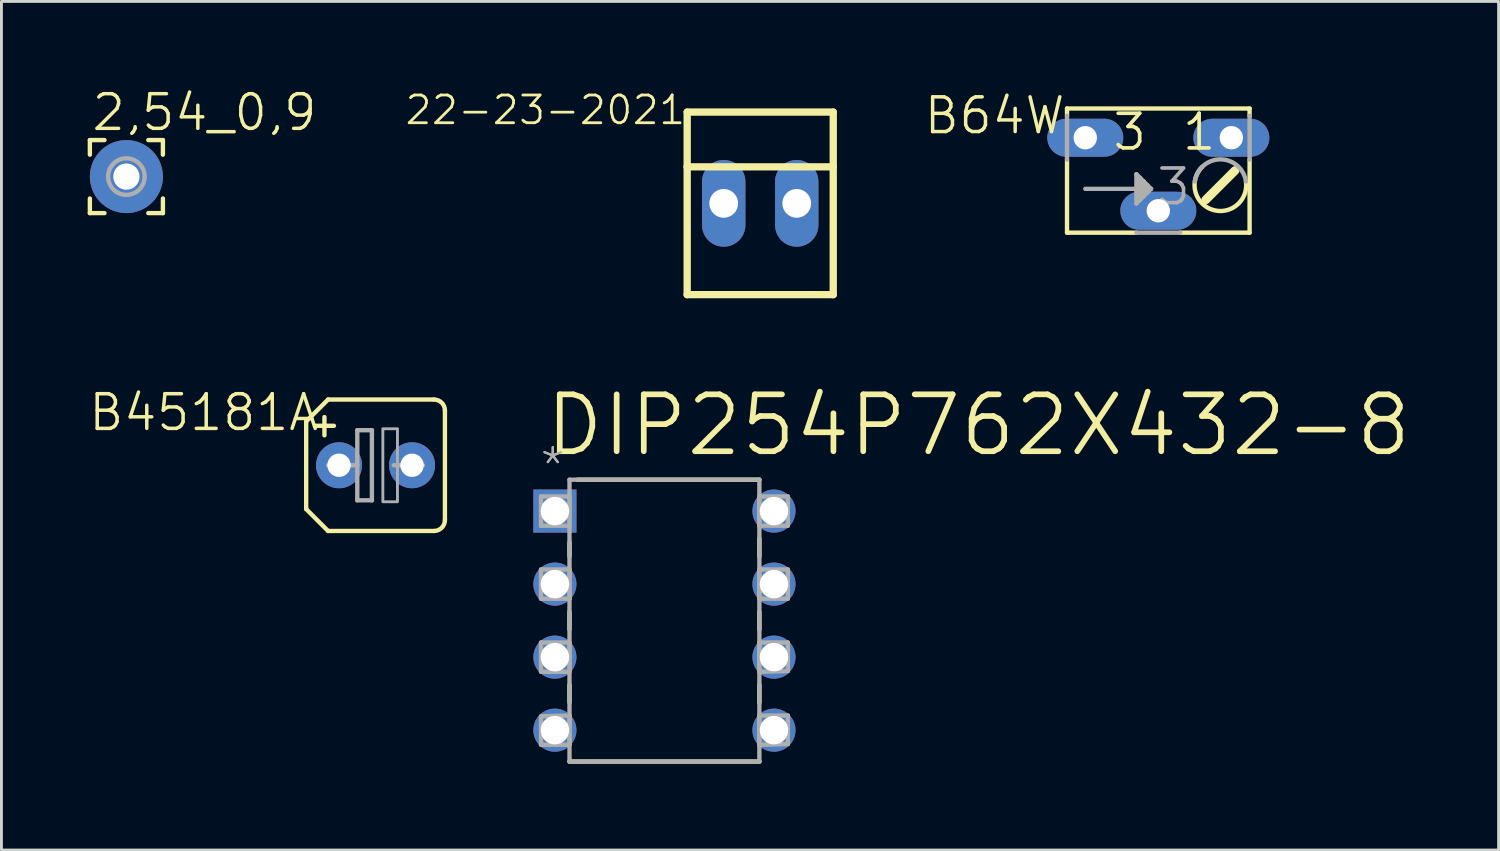
<source format=kicad_pcb>
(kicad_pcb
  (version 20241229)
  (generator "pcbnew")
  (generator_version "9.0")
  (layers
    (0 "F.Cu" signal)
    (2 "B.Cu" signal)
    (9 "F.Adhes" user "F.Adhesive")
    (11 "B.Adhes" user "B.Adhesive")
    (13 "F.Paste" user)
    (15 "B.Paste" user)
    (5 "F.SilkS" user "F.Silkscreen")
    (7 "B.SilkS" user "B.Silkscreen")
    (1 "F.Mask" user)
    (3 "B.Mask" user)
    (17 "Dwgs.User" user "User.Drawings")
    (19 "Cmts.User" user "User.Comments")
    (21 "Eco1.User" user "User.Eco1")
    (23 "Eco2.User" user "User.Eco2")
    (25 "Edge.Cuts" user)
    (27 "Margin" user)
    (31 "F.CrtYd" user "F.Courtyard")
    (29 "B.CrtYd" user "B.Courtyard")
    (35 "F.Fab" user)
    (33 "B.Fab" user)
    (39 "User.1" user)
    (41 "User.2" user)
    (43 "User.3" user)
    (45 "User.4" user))
  (footprint "DIP254P762X432-8"
    (layer "F.Cu")
    (at 23.87 22.346)
    (property "Reference" "DIP254P762X432-8" (at -8.052 -9.449 0) (layer "F.SilkS") (effects (font (size 1.979 1.979) (thickness 0.198)) (justify left bottom)))
    (attr through_hole)
    (fp_line (start -7.112 -6.528) (end -7.112 -6.045) (stroke (width 0.152) (type solid)) (layer "F.SilkS"))
    (fp_line (start -7.112 -4.115) (end -7.112 -3.505) (stroke (width 0.152) (type solid)) (layer "F.SilkS"))
    (fp_line (start -7.112 -1.575) (end -7.112 -0.965) (stroke (width 0.152) (type solid)) (layer "F.SilkS"))
    (fp_line (start -7.112 1.092) (end -0.508 1.092) (stroke (width 0.152) (type solid)) (layer "F.SilkS"))
    (fp_line (start -0.508 -8.712) (end -6.833 -8.712) (stroke (width 0.152) (type solid)) (layer "F.SilkS"))
    (fp_line (start -0.508 -6.045) (end -0.508 -6.655) (stroke (width 0.152) (type solid)) (layer "F.SilkS"))
    (fp_line (start -0.508 -3.505) (end -0.508 -4.115) (stroke (width 0.152) (type solid)) (layer "F.SilkS"))
    (fp_line (start -0.508 -0.965) (end -0.508 -1.575) (stroke (width 0.152) (type solid)) (layer "F.SilkS"))
    (fp_line (start -8.103 -8.128) (end -8.103 -7.112) (stroke (width 0.152) (type solid)) (layer "F.Fab"))
    (fp_line (start -8.103 -7.112) (end -7.112 -7.112) (stroke (width 0.152) (type solid)) (layer "F.Fab"))
    (fp_line (start -8.103 -5.588) (end -8.103 -4.572) (stroke (width 0.152) (type solid)) (layer "F.Fab"))
    (fp_line (start -8.103 -4.572) (end -7.112 -4.572) (stroke (width 0.152) (type solid)) (layer "F.Fab"))
    (fp_line (start -8.103 -3.048) (end -8.103 -2.032) (stroke (width 0.152) (type solid)) (layer "F.Fab"))
    (fp_line (start -8.103 -2.032) (end -7.112 -2.032) (stroke (width 0.152) (type solid)) (layer "F.Fab"))
    (fp_line (start -8.103 -0.483) (end -8.103 0.508) (stroke (width 0.152) (type solid)) (layer "F.Fab"))
    (fp_line (start -8.103 0.508) (end -7.112 0.508) (stroke (width 0.152) (type solid)) (layer "F.Fab"))
    (fp_line (start -7.112 -8.712) (end -7.112 1.092) (stroke (width 0.152) (type solid)) (layer "F.Fab"))
    (fp_line (start -7.112 -8.128) (end -8.103 -8.128) (stroke (width 0.152) (type solid)) (layer "F.Fab"))
    (fp_line (start -7.112 -7.112) (end -7.112 -8.128) (stroke (width 0.152) (type solid)) (layer "F.Fab"))
    (fp_line (start -7.112 -5.588) (end -8.103 -5.588) (stroke (width 0.152) (type solid)) (layer "F.Fab"))
    (fp_line (start -7.112 -4.572) (end -7.112 -5.588) (stroke (width 0.152) (type solid)) (layer "F.Fab"))
    (fp_line (start -7.112 -3.048) (end -8.103 -3.048) (stroke (width 0.152) (type solid)) (layer "F.Fab"))
    (fp_line (start -7.112 -2.032) (end -7.112 -3.048) (stroke (width 0.152) (type solid)) (layer "F.Fab"))
    (fp_line (start -7.112 -0.508) (end -8.103 -0.483) (stroke (width 0.152) (type solid)) (layer "F.Fab"))
    (fp_line (start -7.112 0.508) (end -7.112 -0.508) (stroke (width 0.152) (type solid)) (layer "F.Fab"))
    (fp_line (start -7.112 1.092) (end -0.508 1.092) (stroke (width 0.152) (type solid)) (layer "F.Fab"))
    (fp_line (start -0.508 -8.712) (end -7.112 -8.712) (stroke (width 0.152) (type solid)) (layer "F.Fab"))
    (fp_line (start -0.508 -8.128) (end -0.508 -7.112) (stroke (width 0.152) (type solid)) (layer "F.Fab"))
    (fp_line (start -0.508 -7.112) (end 0.483 -7.112) (stroke (width 0.152) (type solid)) (layer "F.Fab"))
    (fp_line (start -0.508 -5.588) (end -0.508 -4.572) (stroke (width 0.152) (type solid)) (layer "F.Fab"))
    (fp_line (start -0.508 -4.572) (end 0.483 -4.572) (stroke (width 0.152) (type solid)) (layer "F.Fab"))
    (fp_line (start -0.508 -3.048) (end -0.508 -2.032) (stroke (width 0.152) (type solid)) (layer "F.Fab"))
    (fp_line (start -0.508 -2.032) (end 0.483 -2.057) (stroke (width 0.152) (type solid)) (layer "F.Fab"))
    (fp_line (start -0.508 -0.508) (end -0.508 0.508) (stroke (width 0.152) (type solid)) (layer "F.Fab"))
    (fp_line (start -0.508 0.508) (end 0.483 0.483) (stroke (width 0.152) (type solid)) (layer "F.Fab"))
    (fp_line (start -0.508 1.092) (end -0.508 -8.712) (stroke (width 0.152) (type solid)) (layer "F.Fab"))
    (fp_line (start 0.483 -8.128) (end -0.508 -8.128) (stroke (width 0.152) (type solid)) (layer "F.Fab"))
    (fp_line (start 0.483 -7.112) (end 0.483 -8.128) (stroke (width 0.152) (type solid)) (layer "F.Fab"))
    (fp_line (start 0.483 -5.588) (end -0.508 -5.588) (stroke (width 0.152) (type solid)) (layer "F.Fab"))
    (fp_line (start 0.483 -4.572) (end 0.483 -5.588) (stroke (width 0.152) (type solid)) (layer "F.Fab"))
    (fp_line (start 0.483 -3.048) (end -0.508 -3.048) (stroke (width 0.152) (type solid)) (layer "F.Fab"))
    (fp_line (start 0.483 -2.057) (end 0.483 -3.048) (stroke (width 0.152) (type solid)) (layer "F.Fab"))
    (fp_line (start 0.483 -0.508) (end -0.508 -0.508) (stroke (width 0.152) (type solid)) (layer "F.Fab"))
    (fp_line (start 0.483 0.483) (end 0.483 -0.508) (stroke (width 0.152) (type solid)) (layer "F.Fab"))
    (fp_text user "*" (at -8.204 -8.484 0) (layer "F.SilkS") (effects (font (size 1.206 1.206) (thickness 0.076)) (justify left bottom)))
    (fp_text user "*" (at -8.204 -8.484 0) (layer "F.Fab") (effects (font (size 1.206 1.206) (thickness 0.076)) (justify left bottom)))
    (pad "1" thru_hole rect (at -7.62 -7.62) (size 1.499 1.499) (drill 0.991) (layers "*.Cu" "*.Mask"))
    (pad "2" thru_hole circle (at -7.62 -5.08) (size 1.499 1.499) (drill 0.991) (layers "*.Cu" "*.Mask"))
    (pad "3" thru_hole circle (at -7.62 -2.54) (size 1.499 1.499) (drill 0.991) (layers "*.Cu" "*.Mask"))
    (pad "4" thru_hole circle (at -7.62 0) (size 1.499 1.499) (drill 0.991) (layers "*.Cu" "*.Mask"))
    (pad "5" thru_hole circle (at 0 0) (size 1.499 1.499) (drill 0.991) (layers "*.Cu" "*.Mask"))
    (pad "6" thru_hole circle (at 0 -2.54) (size 1.499 1.499) (drill 0.991) (layers "*.Cu" "*.Mask"))
    (pad "7" thru_hole circle (at 0 -5.08) (size 1.499 1.499) (drill 0.991) (layers "*.Cu" "*.Mask"))
    (pad "8" thru_hole circle (at 0 -7.62) (size 1.499 1.499) (drill 0.991) (layers "*.Cu" "*.Mask")))
  (footprint "2,54_0,9"
    (layer "F.Cu")
    (at 1.346 3.092)
    (property "Reference" "2,54_0,9" (at -1.27 -1.524 0) (layer "F.SilkS") (effects (font (size 1.206 1.206) (thickness 0.121)) (justify left bottom)))
    (attr through_hole)
    (fp_line (start -1.27 -1.27) (end -1.27 -0.762) (stroke (width 0.152) (type solid)) (layer "F.SilkS"))
    (fp_line (start -1.27 -1.27) (end -0.762 -1.27) (stroke (width 0.152) (type solid)) (layer "F.SilkS"))
    (fp_line (start -1.27 1.27) (end -1.27 0.762) (stroke (width 0.152) (type solid)) (layer "F.SilkS"))
    (fp_line (start -0.762 1.27) (end -1.27 1.27) (stroke (width 0.152) (type solid)) (layer "F.SilkS"))
    (fp_line (start 1.27 -1.27) (end 0.762 -1.27) (stroke (width 0.152) (type solid)) (layer "F.SilkS"))
    (fp_line (start 1.27 -1.27) (end 1.27 -0.762) (stroke (width 0.152) (type solid)) (layer "F.SilkS"))
    (fp_line (start 1.27 0.762) (end 1.27 1.27) (stroke (width 0.152) (type solid)) (layer "F.SilkS"))
    (fp_line (start 1.27 1.27) (end 0.762 1.27) (stroke (width 0.152) (type solid)) (layer "F.SilkS"))
    (fp_circle (center 0 0) (end 0.635 0) (stroke (width 0.152) (type solid)) (fill no) (layer "F.Fab"))
    (pad "1" thru_hole circle (at 0 0) (size 2.54 2.54) (drill 0.914) (layers "*.Cu" "*.Mask")))
  (footprint "B45181A"
    (layer "F.Cu")
    (at 10.012 13.132)
    (property "Reference" "B45181A" (at -1.905 -2.54 180) (layer "F.SilkS") (effects (font (size 1.206 1.206) (thickness 0.121)) (justify right top)))
    (attr through_hole)
    (fp_line (start -2.413 -1.524) (end -2.413 1.524) (stroke (width 0.152) (type solid)) (layer "F.SilkS"))
    (fp_line (start -2.413 -1.524) (end -1.651 -2.286) (stroke (width 0.152) (type solid)) (layer "F.SilkS"))
    (fp_line (start -1.778 -1.676) (end -1.778 -1.041) (stroke (width 0.152) (type solid)) (layer "F.SilkS"))
    (fp_line (start -1.651 2.286) (end -2.413 1.524) (stroke (width 0.152) (type solid)) (layer "F.SilkS"))
    (fp_line (start -1.651 2.286) (end 2.032 2.286) (stroke (width 0.152) (type solid)) (layer "F.SilkS"))
    (fp_line (start -1.448 -1.372) (end -2.108 -1.372) (stroke (width 0.152) (type solid)) (layer "F.SilkS"))
    (fp_line (start 2.032 -2.286) (end -1.651 -2.286) (stroke (width 0.152) (type solid)) (layer "F.SilkS"))
    (fp_line (start 2.413 -1.905) (end 2.413 1.905) (stroke (width 0.152) (type solid)) (layer "F.SilkS"))
    (fp_arc (start 2.032 -2.286) (mid 2.301408 -2.174408) (end 2.413 -1.905) (stroke (width 0.1524) (type solid)) (layer "F.SilkS"))
    (fp_arc (start 2.413 1.905) (mid 2.301408 2.174408) (end 2.032 2.286) (stroke (width 0.1524) (type solid)) (layer "F.SilkS"))
    (fp_line (start -1.651 0) (end -0.635 0) (stroke (width 0.152) (type solid)) (layer "F.Fab"))
    (fp_line (start -0.635 -1.219) (end -0.635 0) (stroke (width 0.152) (type solid)) (layer "F.Fab"))
    (fp_line (start -0.635 0) (end -0.635 1.219) (stroke (width 0.152) (type solid)) (layer "F.Fab"))
    (fp_line (start -0.635 1.219) (end -0.127 1.219) (stroke (width 0.152) (type solid)) (layer "F.Fab"))
    (fp_line (start -0.127 -1.219) (end -0.635 -1.219) (stroke (width 0.152) (type solid)) (layer "F.Fab"))
    (fp_line (start -0.127 1.219) (end -0.127 -1.219) (stroke (width 0.152) (type solid)) (layer "F.Fab"))
    (fp_line (start 0.635 0) (end 1.651 0) (stroke (width 0.152) (type solid)) (layer "F.Fab"))
    (fp_poly (pts (xy 0.254 1.27) (xy 0.762 1.27) (xy 0.762 -1.27) (xy 0.254 -1.27)) (stroke (width 0.1) (type solid)) (fill no) (layer "F.Fab"))
    (pad "+" thru_hole circle (at -1.27 0) (size 1.6 1.6) (drill 0.813) (layers "*.Cu" "*.Mask"))
    (pad "-" thru_hole circle (at 1.27 0) (size 1.6 1.6) (drill 0.813) (layers "*.Cu" "*.Mask")))
  (footprint "22-23-2021"
    (layer "F.Cu")
    (at 23.391 4.023)
    (property "Reference" "22-23-2021" (at -2.54 -3.81 180) (layer "F.SilkS") (effects (font (size 0.965 0.965) (thickness 0.097)) (justify right top)))
    (attr through_hole)
    (fp_line (start -2.54 -3.175) (end 2.54 -3.175) (stroke (width 0.254) (type solid)) (layer "F.SilkS"))
    (fp_line (start -2.54 -1.27) (end -2.54 -3.175) (stroke (width 0.254) (type solid)) (layer "F.SilkS"))
    (fp_line (start -2.54 -1.27) (end 2.54 -1.27) (stroke (width 0.254) (type solid)) (layer "F.SilkS"))
    (fp_line (start -2.54 3.175) (end -2.54 -1.27) (stroke (width 0.254) (type solid)) (layer "F.SilkS"))
    (fp_line (start 2.54 -3.175) (end 2.54 -1.27) (stroke (width 0.254) (type solid)) (layer "F.SilkS"))
    (fp_line (start 2.54 -1.27) (end 2.54 3.175) (stroke (width 0.254) (type solid)) (layer "F.SilkS"))
    (fp_line (start 2.54 3.175) (end -2.54 3.175) (stroke (width 0.254) (type solid)) (layer "F.SilkS"))
    (pad "1" thru_hole oval (at -1.27 0 90) (size 3.016 1.508) (drill 1) (layers "*.Cu" "*.Mask"))
    (pad "2" thru_hole oval (at 1.27 0 90) (size 3.016 1.508) (drill 1) (layers "*.Cu" "*.Mask")))
  (footprint "B64W"
    (layer "F.Cu")
    (at 37.237 1.74)
    (property "Reference" "B64W" (at -3.175 -1.473 180) (layer "F.SilkS") (effects (font (size 1.206 1.206) (thickness 0.121)) (justify right top)))
    (attr through_hole)
    (fp_line (start -3.175 -1.016) (end -3.175 -0.762) (stroke (width 0.152) (type solid)) (layer "F.SilkS"))
    (fp_line (start -3.175 0.762) (end -3.175 3.302) (stroke (width 0.152) (type solid)) (layer "F.SilkS"))
    (fp_line (start -3.175 3.302) (end -0.762 3.302) (stroke (width 0.152) (type solid)) (layer "F.SilkS"))
    (fp_line (start 0.762 3.302) (end 3.175 3.302) (stroke (width 0.152) (type solid)) (layer "F.SilkS"))
    (fp_line (start 2.667 1.143) (end 1.651 2.159) (stroke (width 0.305) (type solid)) (layer "F.SilkS"))
    (fp_line (start 3.175 -1.016) (end -3.175 -1.016) (stroke (width 0.152) (type solid)) (layer "F.SilkS"))
    (fp_line (start 3.175 -0.762) (end 3.175 -1.016) (stroke (width 0.152) (type solid)) (layer "F.SilkS"))
    (fp_line (start 3.175 3.302) (end 3.175 0.762) (stroke (width 0.152) (type solid)) (layer "F.SilkS"))
    (fp_arc (start 3.047999 1.523998) (mid 1.875021 2.50294) (end 1.524 1.016) (stroke (width 0.1524) (type solid)) (layer "F.SilkS"))
    (fp_line (start -3.175 -0.762) (end -3.175 0.762) (stroke (width 0.152) (type solid)) (layer "F.Fab"))
    (fp_line (start -2.54 1.778) (end -0.635 1.778) (stroke (width 0.152) (type solid)) (layer "F.Fab"))
    (fp_line (start -0.762 1.27) (end -0.762 2.286) (stroke (width 0.152) (type solid)) (layer "F.Fab"))
    (fp_line (start -0.762 2.286) (end -0.635 2.159) (stroke (width 0.152) (type solid)) (layer "F.Fab"))
    (fp_line (start -0.762 3.302) (end 0.762 3.302) (stroke (width 0.152) (type solid)) (layer "F.Fab"))
    (fp_line (start -0.635 1.397) (end -0.762 1.27) (stroke (width 0.152) (type solid)) (layer "F.Fab"))
    (fp_line (start -0.635 1.778) (end -0.635 1.397) (stroke (width 0.152) (type solid)) (layer "F.Fab"))
    (fp_line (start -0.635 2.159) (end -0.635 1.778) (stroke (width 0.152) (type solid)) (layer "F.Fab"))
    (fp_line (start -0.508 1.524) (end -0.635 1.397) (stroke (width 0.152) (type solid)) (layer "F.Fab"))
    (fp_line (start -0.508 2.032) (end -0.635 2.159) (stroke (width 0.152) (type solid)) (layer "F.Fab"))
    (fp_line (start -0.508 2.032) (end -0.508 1.524) (stroke (width 0.152) (type solid)) (layer "F.Fab"))
    (fp_line (start -0.381 1.651) (end -0.508 1.524) (stroke (width 0.152) (type solid)) (layer "F.Fab"))
    (fp_line (start -0.381 1.905) (end -0.508 2.032) (stroke (width 0.152) (type solid)) (layer "F.Fab"))
    (fp_line (start -0.381 1.905) (end -0.381 1.651) (stroke (width 0.152) (type solid)) (layer "F.Fab"))
    (fp_line (start -0.254 1.778) (end -0.635 1.778) (stroke (width 0.152) (type solid)) (layer "F.Fab"))
    (fp_line (start -0.254 1.778) (end -0.381 1.651) (stroke (width 0.152) (type solid)) (layer "F.Fab"))
    (fp_line (start -0.254 1.778) (end -0.381 1.905) (stroke (width 0.152) (type solid)) (layer "F.Fab"))
    (fp_line (start 3.175 0.762) (end 3.175 -0.762) (stroke (width 0.152) (type solid)) (layer "F.Fab"))
    (fp_arc (start 1.27 1.524) (mid 2.159 0.752974) (end 3.048 1.524) (stroke (width 0.1524) (type solid)) (layer "F.Fab"))
    (fp_text user "3" (at -1.651 0.508 0) (layer "F.SilkS") (effects (font (size 1.206 1.206) (thickness 0.127)) (justify left bottom)))
    (fp_text user "1" (at 0.762 0.508 0) (layer "F.SilkS") (effects (font (size 1.206 1.206) (thickness 0.127)) (justify left bottom)))
    (fp_text user "3" (at -0.127 2.413 0) (layer "F.Fab") (effects (font (size 1.206 1.206) (thickness 0.127)) (justify left bottom)))
    (pad "A" thru_hole oval (at 2.54 0) (size 2.642 1.321) (drill 0.813) (layers "*.Cu" "*.Mask"))
    (pad "E" thru_hole oval (at -2.54 0) (size 2.642 1.321) (drill 0.813) (layers "*.Cu" "*.Mask"))
    (pad "S" thru_hole oval (at 0 2.54) (size 2.642 1.321) (drill 0.813) (layers "*.Cu" "*.Mask")))
  (gr_rect
    (start -3 -3)
    (end 49.073 26.515)
    (stroke (width 0.1) (type default))
    (fill no)
    (layer "Edge.Cuts")))
</source>
